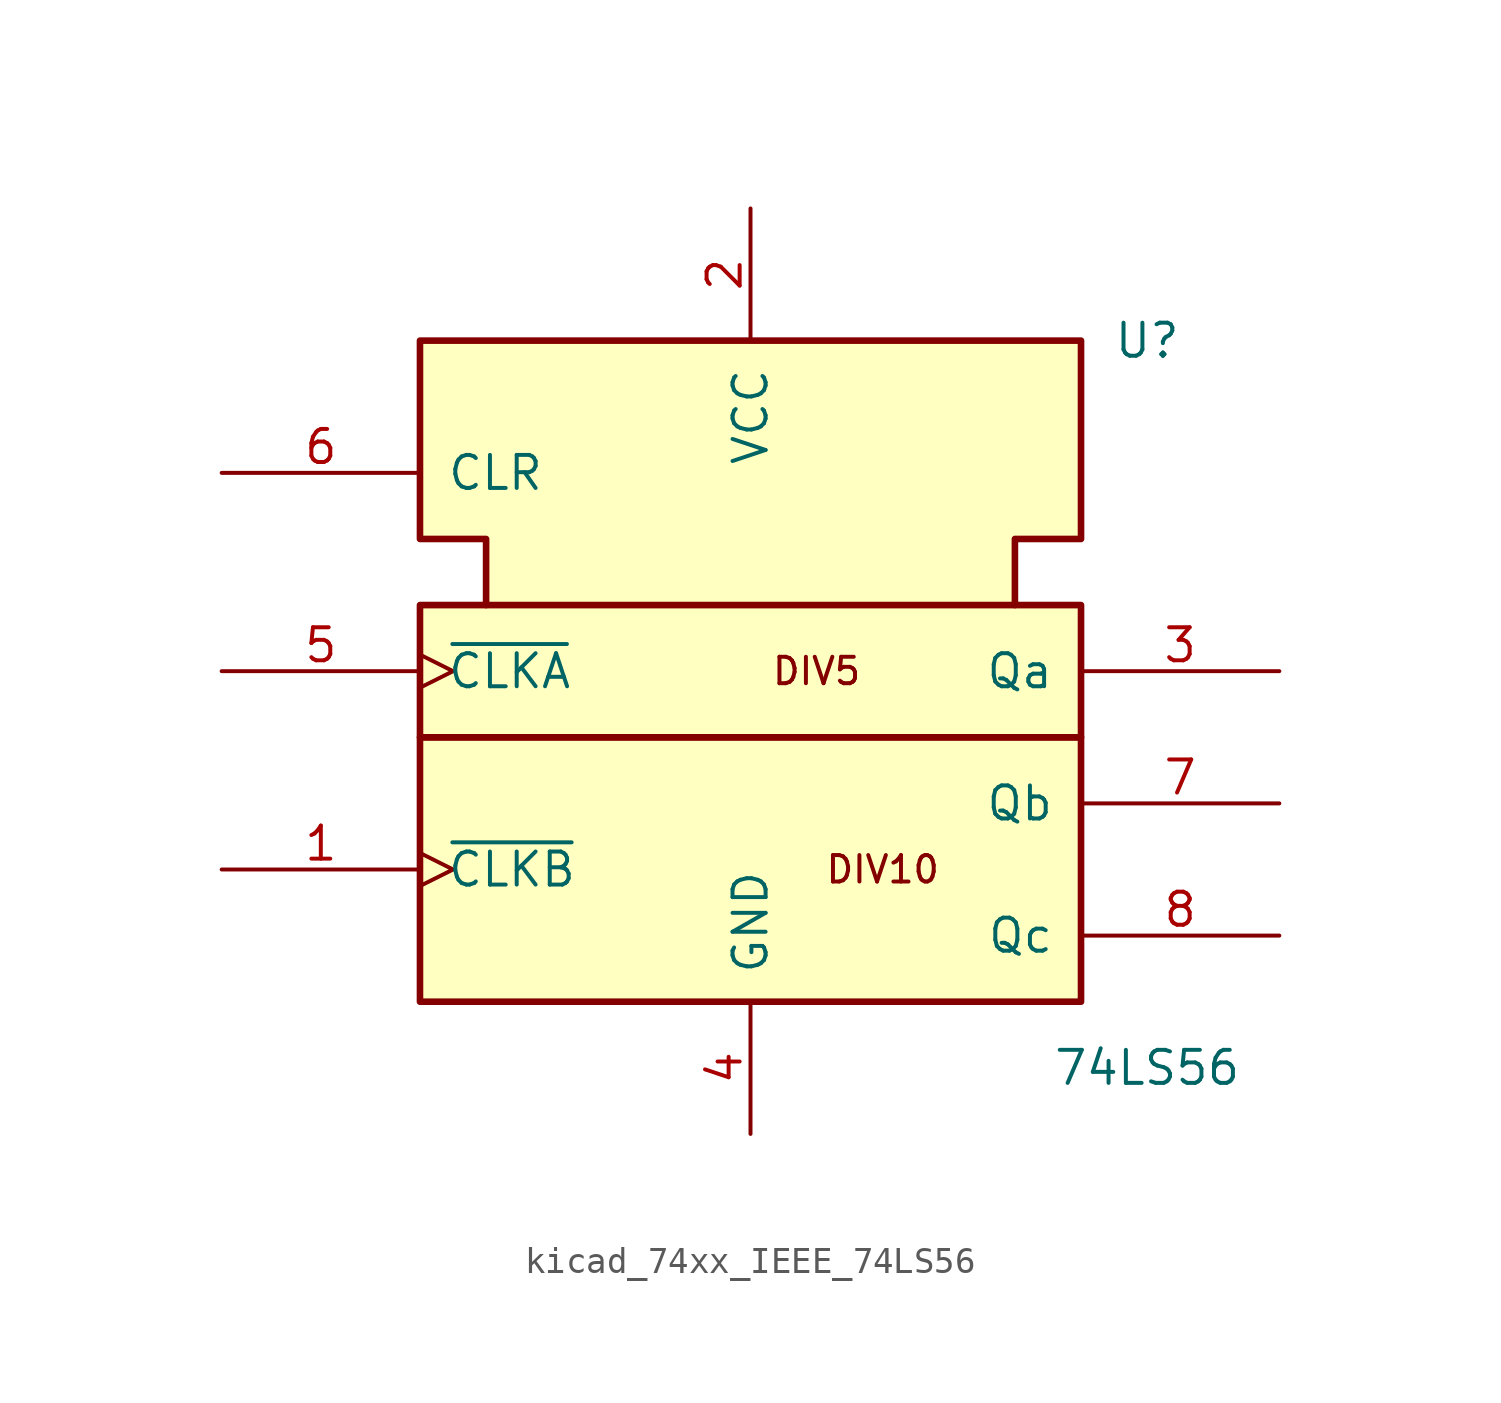
<source format=kicad_sym>
(kicad_symbol_lib
  (version 20220914)
  (generator kicad_symbol_editor)
  (symbol "kicad_74xx_IEEE_74LS56"
    (pin_names
      (offset 1.016))
    (property "Reference" "U"
      (at 15.24 12.7 0)
      (effects (font (size 1.27 1.27))))
    (property "Value" "74LS56"
      (at 15.24 -15.24 0)
      (effects (font (size 1.27 1.27))))
    (symbol "kicad_74xx_IEEE_74LS56_0_0"
      (rectangle (start -12.7 -2.54) (end 12.7 -12.7) (stroke (width 0.254) (type default)) (fill (type background)))
      (rectangle (start -12.7 2.54) (end 12.7 -2.54) (stroke (width 0.254) (type default)) (fill (type background)))
      (polyline (pts (xy -10.16 2.54) (xy -10.16 5.08) (xy -12.7 5.08) (xy -12.7 12.7) (xy 12.7 12.7) (xy 12.7 5.08) (xy 10.16 5.08) (xy 10.16 2.54) (xy 10.16 2.54)) (stroke (width 0.254) (type default)) (fill (type background)))
      (text "DIV10" (at 5.08 -7.62 0) (effects (font (size 1.016 1.016))))
      (text "DIV5" (at 2.54 0 0) (effects (font (size 1.016 1.016)))))
    (symbol "kicad_74xx_IEEE_74LS56_0_1"
      (pin power_in line (at 0 17.78 270) (length 5.08) (name "VCC" (effects (font (size 1.27 1.27)))) (number "2" (effects (font (size 1.27 1.27)))))
      (pin power_in line (at 0 -17.78 90) (length 5.08) (name "GND" (effects (font (size 1.27 1.27)))) (number "4" (effects (font (size 1.27 1.27))))))
    (symbol "kicad_74xx_IEEE_74LS56_1_1"
      (pin input clock (at -20.32 -7.62 0) (length 7.62) (name "~{CLKB}" (effects (font (size 1.27 1.27)))) (number "1" (effects (font (size 1.27 1.27)))))
      (pin output line (at 20.32 0 180) (length 7.62) (name "Qa" (effects (font (size 1.27 1.27)))) (number "3" (effects (font (size 1.27 1.27)))))
      (pin input clock (at -20.32 0 0) (length 7.62) (name "~{CLKA}" (effects (font (size 1.27 1.27)))) (number "5" (effects (font (size 1.27 1.27)))))
      (pin input line (at -20.32 7.62 0) (length 7.62) (name "CLR" (effects (font (size 1.27 1.27)))) (number "6" (effects (font (size 1.27 1.27)))))
      (pin output line (at 20.32 -5.08 180) (length 7.62) (name "Qb" (effects (font (size 1.27 1.27)))) (number "7" (effects (font (size 1.27 1.27)))))
      (pin output line (at 20.32 -10.16 180) (length 7.62) (name "Qc" (effects (font (size 1.27 1.27)))) (number "8" (effects (font (size 1.27 1.27))))))))
</source>
